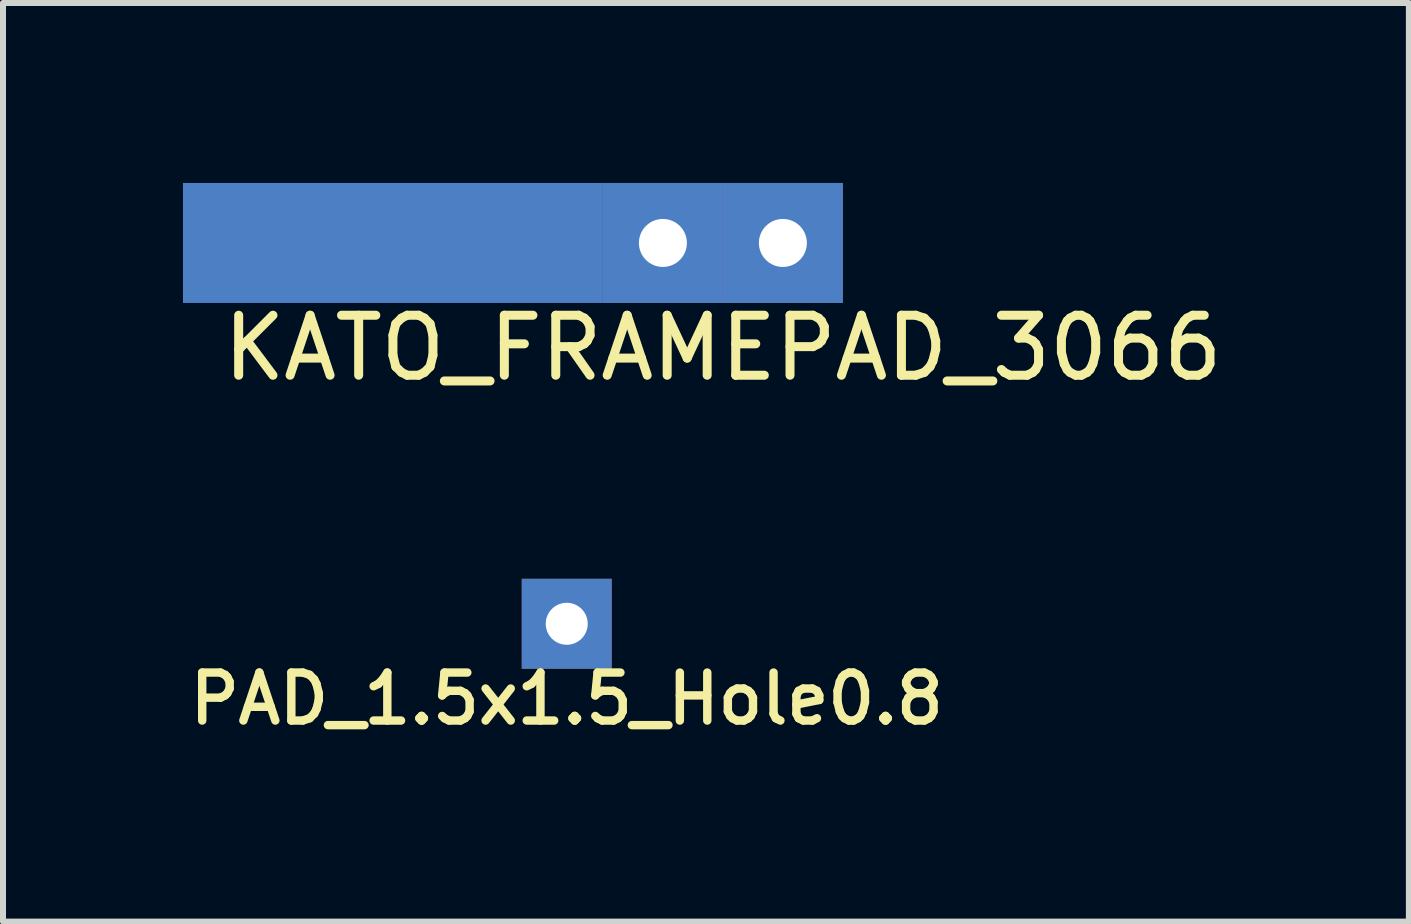
<source format=kicad_pcb>
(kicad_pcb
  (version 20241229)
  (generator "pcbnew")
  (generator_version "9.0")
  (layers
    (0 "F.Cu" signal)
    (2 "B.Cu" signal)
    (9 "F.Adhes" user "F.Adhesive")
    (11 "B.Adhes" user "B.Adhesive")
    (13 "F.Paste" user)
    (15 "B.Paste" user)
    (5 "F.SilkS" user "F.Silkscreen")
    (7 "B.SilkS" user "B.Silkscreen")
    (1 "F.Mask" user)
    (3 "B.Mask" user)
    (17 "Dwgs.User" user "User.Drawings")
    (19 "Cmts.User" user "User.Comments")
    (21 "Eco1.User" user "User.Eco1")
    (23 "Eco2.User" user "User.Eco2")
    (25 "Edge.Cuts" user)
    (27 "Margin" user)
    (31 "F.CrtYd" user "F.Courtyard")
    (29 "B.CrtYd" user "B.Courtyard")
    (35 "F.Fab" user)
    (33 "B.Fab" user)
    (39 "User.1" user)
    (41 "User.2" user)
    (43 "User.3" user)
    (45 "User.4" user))
  (footprint "KATO_FRAMEPAD_3066"
    (layer "F.Cu")
    (at 9 1)
    (property "Reference" "KATO_FRAMEPAD_3066" (at 0 1.75 0) (layer "F.SilkS") (effects (font (size 1 1) (thickness 0.15))))
    (attr through_hole)
    (pad "1" smd rect (at -5.5 0) (size 7 2) (layers "B.Cu" "B.Mask" "B.Paste"))
    (pad "1" thru_hole rect (at -1 0) (size 2 2) (drill 0.8) (layers "*.Cu" "*.Mask"))
    (pad "1" thru_hole rect (at 1 0) (size 2 2) (drill 0.8) (layers "*.Cu" "*.Mask")))
  (footprint "PAD_1.5x1.5_Hole0.8"
    (layer "F.Cu")
    (at 6.397 7.348)
    (property "Reference" "PAD_1.5x1.5_Hole0.8" (at 0 1.25 0) (layer "F.SilkS") (effects (font (size 0.8 0.8) (thickness 0.14))))
    (attr through_hole)
    (pad "1" thru_hole rect (at 0 0) (size 1.5 1.5) (drill 0.7) (layers "*.Cu" "*.Mask")))
  (gr_rect
    (start -3 -3)
    (end 20.435 12.312)
    (stroke (width 0.1) (type default))
    (fill no)
    (layer "Edge.Cuts")))
</source>
